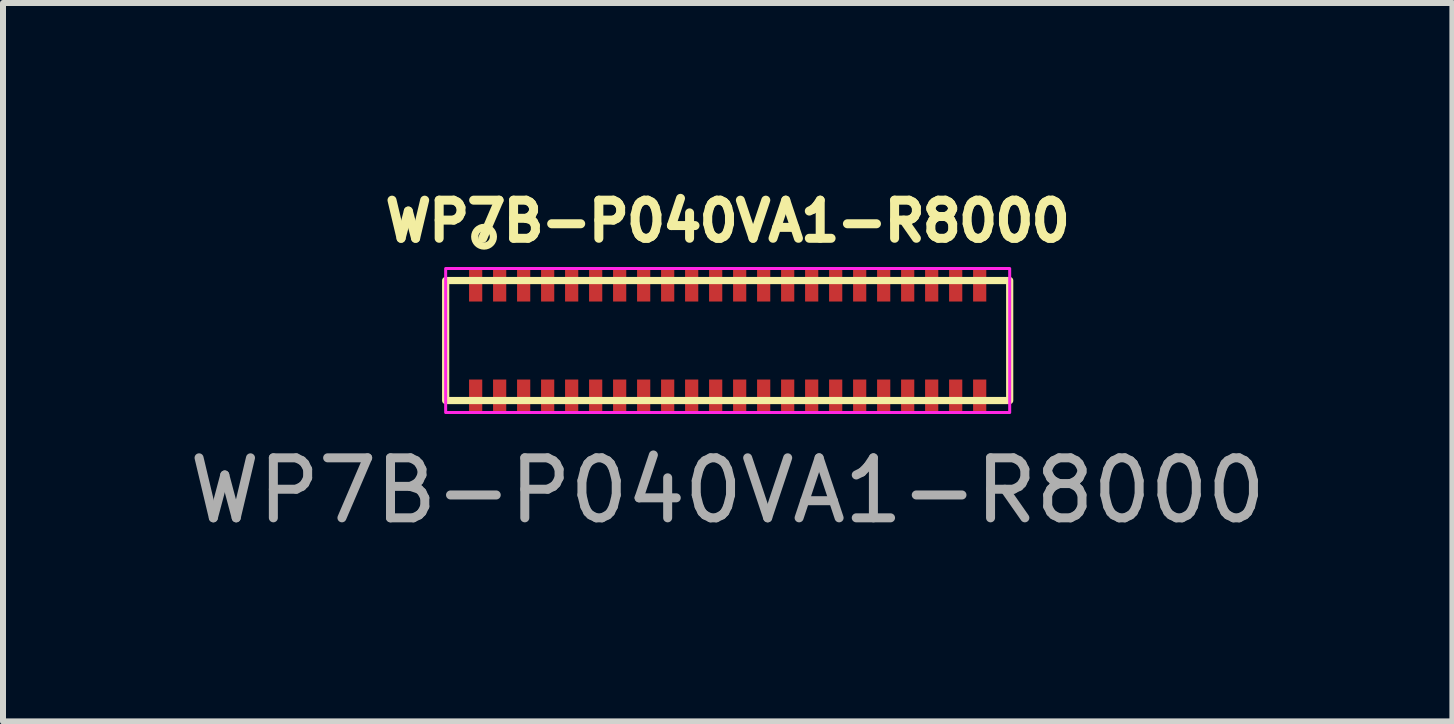
<source format=kicad_pcb>
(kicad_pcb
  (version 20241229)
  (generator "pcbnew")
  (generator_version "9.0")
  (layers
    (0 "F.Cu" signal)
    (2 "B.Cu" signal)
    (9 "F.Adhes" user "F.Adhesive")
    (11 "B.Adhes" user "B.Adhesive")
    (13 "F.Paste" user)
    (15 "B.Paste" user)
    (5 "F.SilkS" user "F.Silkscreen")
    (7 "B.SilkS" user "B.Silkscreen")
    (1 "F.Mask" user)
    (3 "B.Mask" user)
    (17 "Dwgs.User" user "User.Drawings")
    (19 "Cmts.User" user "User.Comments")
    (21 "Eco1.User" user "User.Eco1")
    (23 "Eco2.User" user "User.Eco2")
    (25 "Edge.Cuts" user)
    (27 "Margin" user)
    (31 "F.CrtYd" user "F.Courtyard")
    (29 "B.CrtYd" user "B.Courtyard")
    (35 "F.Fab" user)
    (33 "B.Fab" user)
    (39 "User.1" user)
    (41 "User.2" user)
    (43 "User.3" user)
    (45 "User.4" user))
  (footprint "WP7B-P040VA1-R8000"
    (layer "F.Cu")
    (at 9.077 2.625)
    (property "Reference" "WP7B-P040VA1-R8000" (at 0 -1.99 0) (unlocked yes) (layer "F.SilkS") (effects (font (size 0.635 0.635) (thickness 0.15))))
    (attr smd)
    (fp_rect (start -4.7 -1) (end 4.7 1) (stroke (width 0.12) (type solid)) (fill no) (layer "F.SilkS"))
    (fp_circle (center -4.06 -1.73) (end -3.95 -1.62) (stroke (width 0.12) (type default)) (fill no) (layer "F.SilkS"))
    (fp_rect (start -4.7 -1.2) (end 4.7 1.2) (stroke (width 0.05) (type solid)) (fill no) (layer "F.CrtYd"))
    (fp_text user "${REFERENCE}" (at 0 2.5 0) (unlocked yes) (layer "F.Fab") (effects (font (size 1 1) (thickness 0.15))))
    (pad "0" smd rect (at -4.2 -0.925) (size 0.22 0.55) (layers "F.Cu" "F.Mask" "F.Paste"))
    (pad "0" smd rect (at -4.2 0.925) (size 0.22 0.55) (layers "F.Cu" "F.Mask" "F.Paste"))
    (pad "0" smd rect (at 4.2 -0.925) (size 0.22 0.55) (layers "F.Cu" "F.Mask" "F.Paste"))
    (pad "0" smd rect (at 4.2 0.925) (size 0.22 0.55) (layers "F.Cu" "F.Mask" "F.Paste"))
    (pad "1" smd rect (at -3.8 -0.925) (size 0.22 0.55) (layers "F.Cu" "F.Mask" "F.Paste"))
    (pad "2" smd rect (at -3.4 -0.925) (size 0.22 0.55) (layers "F.Cu" "F.Mask" "F.Paste"))
    (pad "3" smd rect (at -3 -0.925) (size 0.22 0.55) (layers "F.Cu" "F.Mask" "F.Paste"))
    (pad "4" smd rect (at -2.6 -0.925) (size 0.22 0.55) (layers "F.Cu" "F.Mask" "F.Paste"))
    (pad "5" smd rect (at -2.2 -0.925) (size 0.22 0.55) (layers "F.Cu" "F.Mask" "F.Paste"))
    (pad "6" smd rect (at -1.8 -0.925) (size 0.22 0.55) (layers "F.Cu" "F.Mask" "F.Paste"))
    (pad "7" smd rect (at -1.4 -0.925) (size 0.22 0.55) (layers "F.Cu" "F.Mask" "F.Paste"))
    (pad "8" smd rect (at -1 -0.925) (size 0.22 0.55) (layers "F.Cu" "F.Mask" "F.Paste"))
    (pad "9" smd rect (at -0.6 -0.925) (size 0.22 0.55) (layers "F.Cu" "F.Mask" "F.Paste"))
    (pad "10" smd rect (at -0.2 -0.925) (size 0.22 0.55) (layers "F.Cu" "F.Mask" "F.Paste"))
    (pad "11" smd rect (at 0.2 -0.925) (size 0.22 0.55) (layers "F.Cu" "F.Mask" "F.Paste"))
    (pad "12" smd rect (at 0.6 -0.925) (size 0.22 0.55) (layers "F.Cu" "F.Mask" "F.Paste"))
    (pad "13" smd rect (at 1 -0.925) (size 0.22 0.55) (layers "F.Cu" "F.Mask" "F.Paste"))
    (pad "14" smd rect (at 1.4 -0.925) (size 0.22 0.55) (layers "F.Cu" "F.Mask" "F.Paste"))
    (pad "15" smd rect (at 1.8 -0.925) (size 0.22 0.55) (layers "F.Cu" "F.Mask" "F.Paste"))
    (pad "16" smd rect (at 2.2 -0.925) (size 0.22 0.55) (layers "F.Cu" "F.Mask" "F.Paste"))
    (pad "17" smd rect (at 2.6 -0.925) (size 0.22 0.55) (layers "F.Cu" "F.Mask" "F.Paste"))
    (pad "18" smd rect (at 3 -0.925) (size 0.22 0.55) (layers "F.Cu" "F.Mask" "F.Paste"))
    (pad "19" smd rect (at 3.4 -0.925) (size 0.22 0.55) (layers "F.Cu" "F.Mask" "F.Paste"))
    (pad "20" smd rect (at 3.8 -0.925) (size 0.22 0.55) (layers "F.Cu" "F.Mask" "F.Paste"))
    (pad "21" smd rect (at 3.8 0.925) (size 0.22 0.55) (layers "F.Cu" "F.Mask" "F.Paste"))
    (pad "22" smd rect (at 3.4 0.925) (size 0.22 0.55) (layers "F.Cu" "F.Mask" "F.Paste"))
    (pad "23" smd rect (at 3 0.925) (size 0.22 0.55) (layers "F.Cu" "F.Mask" "F.Paste"))
    (pad "24" smd rect (at 2.6 0.925) (size 0.22 0.55) (layers "F.Cu" "F.Mask" "F.Paste"))
    (pad "25" smd rect (at 2.2 0.925) (size 0.22 0.55) (layers "F.Cu" "F.Mask" "F.Paste"))
    (pad "26" smd rect (at 1.8 0.925) (size 0.22 0.55) (layers "F.Cu" "F.Mask" "F.Paste"))
    (pad "27" smd rect (at 1.4 0.925) (size 0.22 0.55) (layers "F.Cu" "F.Mask" "F.Paste"))
    (pad "28" smd rect (at 1 0.925) (size 0.22 0.55) (layers "F.Cu" "F.Mask" "F.Paste"))
    (pad "29" smd rect (at 0.6 0.925) (size 0.22 0.55) (layers "F.Cu" "F.Mask" "F.Paste"))
    (pad "30" smd rect (at 0.2 0.925) (size 0.22 0.55) (layers "F.Cu" "F.Mask" "F.Paste"))
    (pad "31" smd rect (at -0.2 0.925) (size 0.22 0.55) (layers "F.Cu" "F.Mask" "F.Paste"))
    (pad "32" smd rect (at -0.6 0.925) (size 0.22 0.55) (layers "F.Cu" "F.Mask" "F.Paste"))
    (pad "33" smd rect (at -1 0.925) (size 0.22 0.55) (layers "F.Cu" "F.Mask" "F.Paste"))
    (pad "34" smd rect (at -1.4 0.925) (size 0.22 0.55) (layers "F.Cu" "F.Mask" "F.Paste"))
    (pad "35" smd rect (at -1.8 0.925) (size 0.22 0.55) (layers "F.Cu" "F.Mask" "F.Paste"))
    (pad "36" smd rect (at -2.2 0.925) (size 0.22 0.55) (layers "F.Cu" "F.Mask" "F.Paste"))
    (pad "37" smd rect (at -2.6 0.925) (size 0.22 0.55) (layers "F.Cu" "F.Mask" "F.Paste"))
    (pad "38" smd rect (at -3 0.925) (size 0.22 0.55) (layers "F.Cu" "F.Mask" "F.Paste"))
    (pad "39" smd rect (at -3.4 0.925) (size 0.22 0.55) (layers "F.Cu" "F.Mask" "F.Paste"))
    (pad "40" smd rect (at -3.8 0.925) (size 0.22 0.55) (layers "F.Cu" "F.Mask" "F.Paste")))
  (gr_rect
    (start -3 -3)
    (end 21.155 8.973)
    (stroke (width 0.1) (type default))
    (fill no)
    (layer "Edge.Cuts")))
</source>
